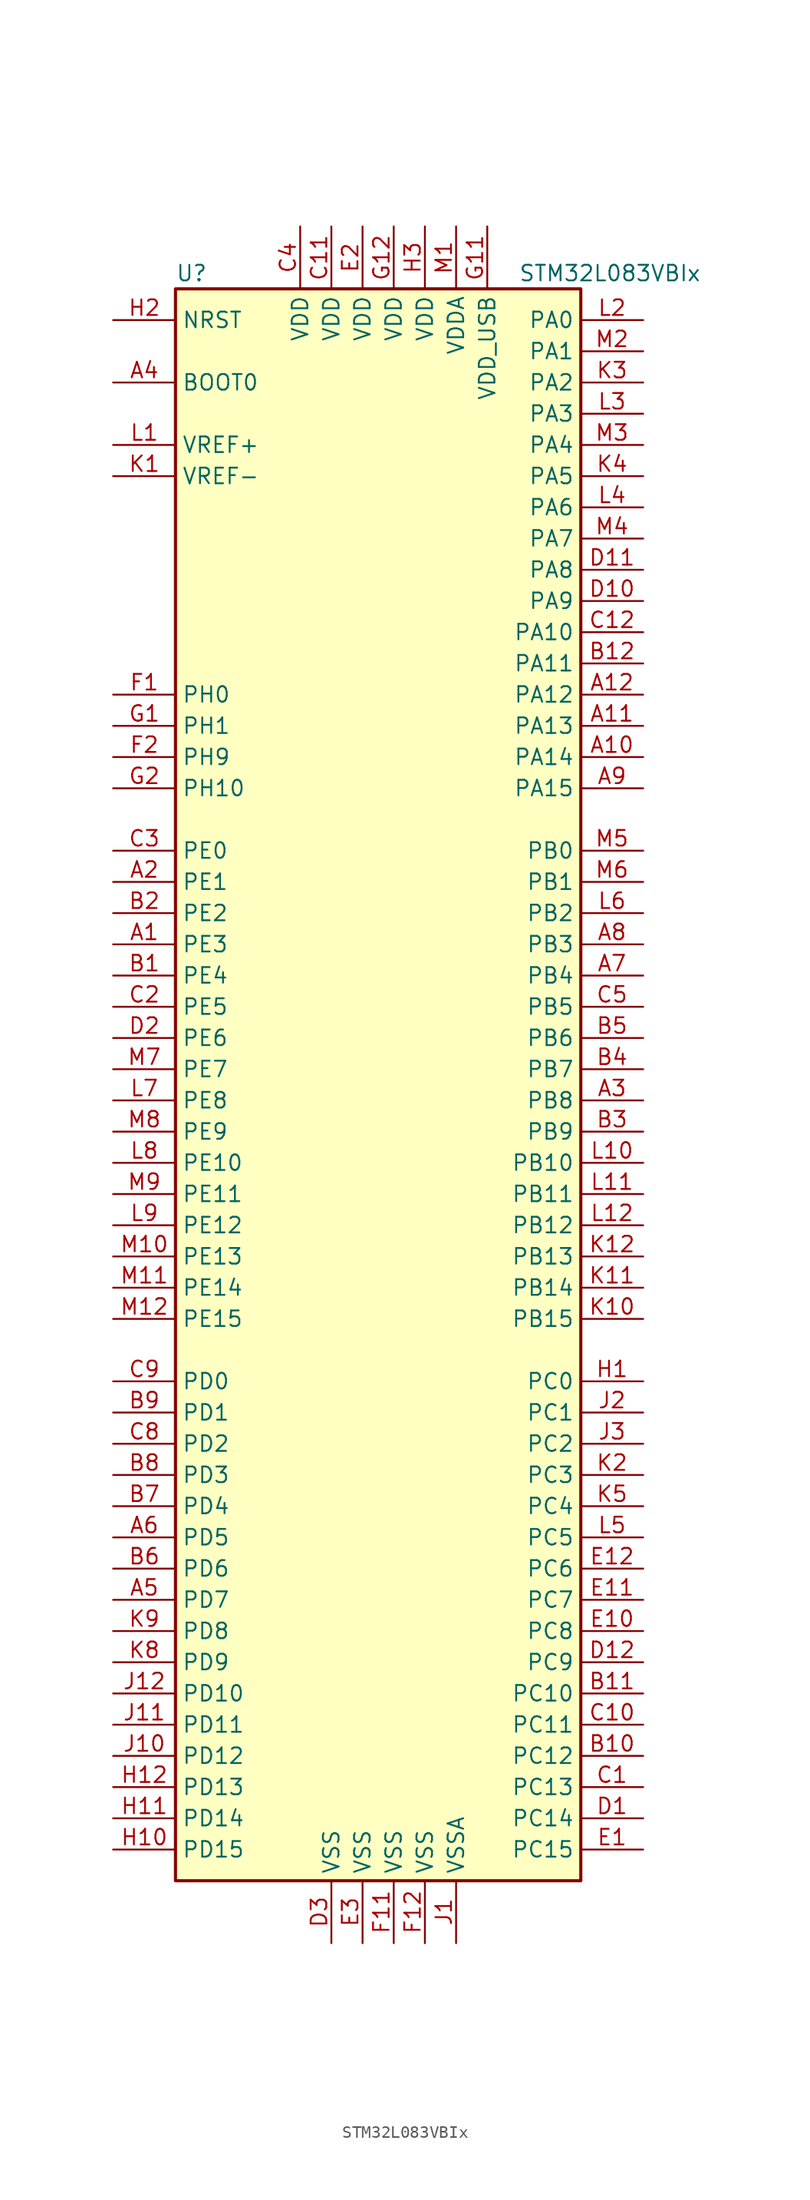
<source format=kicad_sym>
(kicad_symbol_lib
  (version 20211014)
  (generator kicad_symbol_editor)
  (symbol "STM32L083VBIx"
    (property "Reference" "U"
      (at -17.78 64.77 0)
      (effects (font (size 1.27 1.27)) (justify left)))
    (property "Value" "STM32L083VBIx"
      (at 10.16 64.77 0)
      (effects (font (size 1.27 1.27)) (justify left)))
    (symbol "STM32L083VBIx_0_1"
      (rectangle (start -17.78 -66.04) (end 15.24 63.5) (stroke (width 0.254) (type default) (color 0 0 0 0)) (fill (type background))))
    (symbol "STM32L083VBIx_1_1"
      (pin bidirectional line (at -22.86 10.16 0) (length 5.08) (name "PE3" (effects (font (size 1.27 1.27)))) (number "A1" (effects (font (size 1.27 1.27)))))
      (pin bidirectional line (at 20.32 25.4 180) (length 5.08) (name "PA14" (effects (font (size 1.27 1.27)))) (number "A10" (effects (font (size 1.27 1.27)))))
      (pin bidirectional line (at 20.32 27.94 180) (length 5.08) (name "PA13" (effects (font (size 1.27 1.27)))) (number "A11" (effects (font (size 1.27 1.27)))))
      (pin bidirectional line (at 20.32 30.48 180) (length 5.08) (name "PA12" (effects (font (size 1.27 1.27)))) (number "A12" (effects (font (size 1.27 1.27)))))
      (pin bidirectional line (at -22.86 15.24 0) (length 5.08) (name "PE1" (effects (font (size 1.27 1.27)))) (number "A2" (effects (font (size 1.27 1.27)))))
      (pin bidirectional line (at 20.32 -2.54 180) (length 5.08) (name "PB8" (effects (font (size 1.27 1.27)))) (number "A3" (effects (font (size 1.27 1.27)))))
      (pin input line (at -22.86 55.88 0) (length 5.08) (name "BOOT0" (effects (font (size 1.27 1.27)))) (number "A4" (effects (font (size 1.27 1.27)))))
      (pin bidirectional line (at -22.86 -43.18 0) (length 5.08) (name "PD7" (effects (font (size 1.27 1.27)))) (number "A5" (effects (font (size 1.27 1.27)))))
      (pin bidirectional line (at -22.86 -38.1 0) (length 5.08) (name "PD5" (effects (font (size 1.27 1.27)))) (number "A6" (effects (font (size 1.27 1.27)))))
      (pin bidirectional line (at 20.32 7.62 180) (length 5.08) (name "PB4" (effects (font (size 1.27 1.27)))) (number "A7" (effects (font (size 1.27 1.27)))))
      (pin bidirectional line (at 20.32 10.16 180) (length 5.08) (name "PB3" (effects (font (size 1.27 1.27)))) (number "A8" (effects (font (size 1.27 1.27)))))
      (pin bidirectional line (at 20.32 22.86 180) (length 5.08) (name "PA15" (effects (font (size 1.27 1.27)))) (number "A9" (effects (font (size 1.27 1.27)))))
      (pin bidirectional line (at -22.86 7.62 0) (length 5.08) (name "PE4" (effects (font (size 1.27 1.27)))) (number "B1" (effects (font (size 1.27 1.27)))))
      (pin bidirectional line (at 20.32 -55.88 180) (length 5.08) (name "PC12" (effects (font (size 1.27 1.27)))) (number "B10" (effects (font (size 1.27 1.27)))))
      (pin bidirectional line (at 20.32 -50.8 180) (length 5.08) (name "PC10" (effects (font (size 1.27 1.27)))) (number "B11" (effects (font (size 1.27 1.27)))))
      (pin bidirectional line (at 20.32 33.02 180) (length 5.08) (name "PA11" (effects (font (size 1.27 1.27)))) (number "B12" (effects (font (size 1.27 1.27)))))
      (pin bidirectional line (at -22.86 12.7 0) (length 5.08) (name "PE2" (effects (font (size 1.27 1.27)))) (number "B2" (effects (font (size 1.27 1.27)))))
      (pin bidirectional line (at 20.32 -5.08 180) (length 5.08) (name "PB9" (effects (font (size 1.27 1.27)))) (number "B3" (effects (font (size 1.27 1.27)))))
      (pin bidirectional line (at 20.32 0 180) (length 5.08) (name "PB7" (effects (font (size 1.27 1.27)))) (number "B4" (effects (font (size 1.27 1.27)))))
      (pin bidirectional line (at 20.32 2.54 180) (length 5.08) (name "PB6" (effects (font (size 1.27 1.27)))) (number "B5" (effects (font (size 1.27 1.27)))))
      (pin bidirectional line (at -22.86 -40.64 0) (length 5.08) (name "PD6" (effects (font (size 1.27 1.27)))) (number "B6" (effects (font (size 1.27 1.27)))))
      (pin bidirectional line (at -22.86 -35.56 0) (length 5.08) (name "PD4" (effects (font (size 1.27 1.27)))) (number "B7" (effects (font (size 1.27 1.27)))))
      (pin bidirectional line (at -22.86 -33.02 0) (length 5.08) (name "PD3" (effects (font (size 1.27 1.27)))) (number "B8" (effects (font (size 1.27 1.27)))))
      (pin bidirectional line (at -22.86 -27.94 0) (length 5.08) (name "PD1" (effects (font (size 1.27 1.27)))) (number "B9" (effects (font (size 1.27 1.27)))))
      (pin bidirectional line (at 20.32 -58.42 180) (length 5.08) (name "PC13" (effects (font (size 1.27 1.27)))) (number "C1" (effects (font (size 1.27 1.27)))))
      (pin bidirectional line (at 20.32 -53.34 180) (length 5.08) (name "PC11" (effects (font (size 1.27 1.27)))) (number "C10" (effects (font (size 1.27 1.27)))))
      (pin power_in line (at -5.08 68.58 270) (length 5.08) (name "VDD" (effects (font (size 1.27 1.27)))) (number "C11" (effects (font (size 1.27 1.27)))))
      (pin bidirectional line (at 20.32 35.56 180) (length 5.08) (name "PA10" (effects (font (size 1.27 1.27)))) (number "C12" (effects (font (size 1.27 1.27)))))
      (pin bidirectional line (at -22.86 5.08 0) (length 5.08) (name "PE5" (effects (font (size 1.27 1.27)))) (number "C2" (effects (font (size 1.27 1.27)))))
      (pin bidirectional line (at -22.86 17.78 0) (length 5.08) (name "PE0" (effects (font (size 1.27 1.27)))) (number "C3" (effects (font (size 1.27 1.27)))))
      (pin power_in line (at -7.62 68.58 270) (length 5.08) (name "VDD" (effects (font (size 1.27 1.27)))) (number "C4" (effects (font (size 1.27 1.27)))))
      (pin bidirectional line (at 20.32 5.08 180) (length 5.08) (name "PB5" (effects (font (size 1.27 1.27)))) (number "C5" (effects (font (size 1.27 1.27)))))
      (pin bidirectional line (at -22.86 -30.48 0) (length 5.08) (name "PD2" (effects (font (size 1.27 1.27)))) (number "C8" (effects (font (size 1.27 1.27)))))
      (pin bidirectional line (at -22.86 -25.4 0) (length 5.08) (name "PD0" (effects (font (size 1.27 1.27)))) (number "C9" (effects (font (size 1.27 1.27)))))
      (pin bidirectional line (at 20.32 -60.96 180) (length 5.08) (name "PC14" (effects (font (size 1.27 1.27)))) (number "D1" (effects (font (size 1.27 1.27)))))
      (pin bidirectional line (at 20.32 38.1 180) (length 5.08) (name "PA9" (effects (font (size 1.27 1.27)))) (number "D10" (effects (font (size 1.27 1.27)))))
      (pin bidirectional line (at 20.32 40.64 180) (length 5.08) (name "PA8" (effects (font (size 1.27 1.27)))) (number "D11" (effects (font (size 1.27 1.27)))))
      (pin bidirectional line (at 20.32 -48.26 180) (length 5.08) (name "PC9" (effects (font (size 1.27 1.27)))) (number "D12" (effects (font (size 1.27 1.27)))))
      (pin bidirectional line (at -22.86 2.54 0) (length 5.08) (name "PE6" (effects (font (size 1.27 1.27)))) (number "D2" (effects (font (size 1.27 1.27)))))
      (pin power_in line (at -5.08 -71.12 90) (length 5.08) (name "VSS" (effects (font (size 1.27 1.27)))) (number "D3" (effects (font (size 1.27 1.27)))))
      (pin bidirectional line (at 20.32 -63.5 180) (length 5.08) (name "PC15" (effects (font (size 1.27 1.27)))) (number "E1" (effects (font (size 1.27 1.27)))))
      (pin bidirectional line (at 20.32 -45.72 180) (length 5.08) (name "PC8" (effects (font (size 1.27 1.27)))) (number "E10" (effects (font (size 1.27 1.27)))))
      (pin bidirectional line (at 20.32 -43.18 180) (length 5.08) (name "PC7" (effects (font (size 1.27 1.27)))) (number "E11" (effects (font (size 1.27 1.27)))))
      (pin bidirectional line (at 20.32 -40.64 180) (length 5.08) (name "PC6" (effects (font (size 1.27 1.27)))) (number "E12" (effects (font (size 1.27 1.27)))))
      (pin power_in line (at -2.54 68.58 270) (length 5.08) (name "VDD" (effects (font (size 1.27 1.27)))) (number "E2" (effects (font (size 1.27 1.27)))))
      (pin power_in line (at -2.54 -71.12 90) (length 5.08) (name "VSS" (effects (font (size 1.27 1.27)))) (number "E3" (effects (font (size 1.27 1.27)))))
      (pin input line (at -22.86 30.48 0) (length 5.08) (name "PH0" (effects (font (size 1.27 1.27)))) (number "F1" (effects (font (size 1.27 1.27)))))
      (pin power_in line (at 0 -71.12 90) (length 5.08) (name "VSS" (effects (font (size 1.27 1.27)))) (number "F11" (effects (font (size 1.27 1.27)))))
      (pin power_in line (at 2.54 -71.12 90) (length 5.08) (name "VSS" (effects (font (size 1.27 1.27)))) (number "F12" (effects (font (size 1.27 1.27)))))
      (pin bidirectional line (at -22.86 25.4 0) (length 5.08) (name "PH9" (effects (font (size 1.27 1.27)))) (number "F2" (effects (font (size 1.27 1.27)))))
      (pin input line (at -22.86 27.94 0) (length 5.08) (name "PH1" (effects (font (size 1.27 1.27)))) (number "G1" (effects (font (size 1.27 1.27)))))
      (pin power_in line (at 7.62 68.58 270) (length 5.08) (name "VDD_USB" (effects (font (size 1.27 1.27)))) (number "G11" (effects (font (size 1.27 1.27)))))
      (pin power_in line (at 0 68.58 270) (length 5.08) (name "VDD" (effects (font (size 1.27 1.27)))) (number "G12" (effects (font (size 1.27 1.27)))))
      (pin bidirectional line (at -22.86 22.86 0) (length 5.08) (name "PH10" (effects (font (size 1.27 1.27)))) (number "G2" (effects (font (size 1.27 1.27)))))
      (pin bidirectional line (at 20.32 -25.4 180) (length 5.08) (name "PC0" (effects (font (size 1.27 1.27)))) (number "H1" (effects (font (size 1.27 1.27)))))
      (pin bidirectional line (at -22.86 -63.5 0) (length 5.08) (name "PD15" (effects (font (size 1.27 1.27)))) (number "H10" (effects (font (size 1.27 1.27)))))
      (pin bidirectional line (at -22.86 -60.96 0) (length 5.08) (name "PD14" (effects (font (size 1.27 1.27)))) (number "H11" (effects (font (size 1.27 1.27)))))
      (pin bidirectional line (at -22.86 -58.42 0) (length 5.08) (name "PD13" (effects (font (size 1.27 1.27)))) (number "H12" (effects (font (size 1.27 1.27)))))
      (pin input line (at -22.86 60.96 0) (length 5.08) (name "NRST" (effects (font (size 1.27 1.27)))) (number "H2" (effects (font (size 1.27 1.27)))))
      (pin power_in line (at 2.54 68.58 270) (length 5.08) (name "VDD" (effects (font (size 1.27 1.27)))) (number "H3" (effects (font (size 1.27 1.27)))))
      (pin power_in line (at 5.08 -71.12 90) (length 5.08) (name "VSSA" (effects (font (size 1.27 1.27)))) (number "J1" (effects (font (size 1.27 1.27)))))
      (pin bidirectional line (at -22.86 -55.88 0) (length 5.08) (name "PD12" (effects (font (size 1.27 1.27)))) (number "J10" (effects (font (size 1.27 1.27)))))
      (pin bidirectional line (at -22.86 -53.34 0) (length 5.08) (name "PD11" (effects (font (size 1.27 1.27)))) (number "J11" (effects (font (size 1.27 1.27)))))
      (pin bidirectional line (at -22.86 -50.8 0) (length 5.08) (name "PD10" (effects (font (size 1.27 1.27)))) (number "J12" (effects (font (size 1.27 1.27)))))
      (pin bidirectional line (at 20.32 -27.94 180) (length 5.08) (name "PC1" (effects (font (size 1.27 1.27)))) (number "J2" (effects (font (size 1.27 1.27)))))
      (pin bidirectional line (at 20.32 -30.48 180) (length 5.08) (name "PC2" (effects (font (size 1.27 1.27)))) (number "J3" (effects (font (size 1.27 1.27)))))
      (pin power_in line (at -22.86 48.26 0) (length 5.08) (name "VREF-" (effects (font (size 1.27 1.27)))) (number "K1" (effects (font (size 1.27 1.27)))))
      (pin bidirectional line (at 20.32 -20.32 180) (length 5.08) (name "PB15" (effects (font (size 1.27 1.27)))) (number "K10" (effects (font (size 1.27 1.27)))))
      (pin bidirectional line (at 20.32 -17.78 180) (length 5.08) (name "PB14" (effects (font (size 1.27 1.27)))) (number "K11" (effects (font (size 1.27 1.27)))))
      (pin bidirectional line (at 20.32 -15.24 180) (length 5.08) (name "PB13" (effects (font (size 1.27 1.27)))) (number "K12" (effects (font (size 1.27 1.27)))))
      (pin bidirectional line (at 20.32 -33.02 180) (length 5.08) (name "PC3" (effects (font (size 1.27 1.27)))) (number "K2" (effects (font (size 1.27 1.27)))))
      (pin bidirectional line (at 20.32 55.88 180) (length 5.08) (name "PA2" (effects (font (size 1.27 1.27)))) (number "K3" (effects (font (size 1.27 1.27)))))
      (pin bidirectional line (at 20.32 48.26 180) (length 5.08) (name "PA5" (effects (font (size 1.27 1.27)))) (number "K4" (effects (font (size 1.27 1.27)))))
      (pin bidirectional line (at 20.32 -35.56 180) (length 5.08) (name "PC4" (effects (font (size 1.27 1.27)))) (number "K5" (effects (font (size 1.27 1.27)))))
      (pin bidirectional line (at -22.86 -48.26 0) (length 5.08) (name "PD9" (effects (font (size 1.27 1.27)))) (number "K8" (effects (font (size 1.27 1.27)))))
      (pin bidirectional line (at -22.86 -45.72 0) (length 5.08) (name "PD8" (effects (font (size 1.27 1.27)))) (number "K9" (effects (font (size 1.27 1.27)))))
      (pin power_in line (at -22.86 50.8 0) (length 5.08) (name "VREF+" (effects (font (size 1.27 1.27)))) (number "L1" (effects (font (size 1.27 1.27)))))
      (pin bidirectional line (at 20.32 -7.62 180) (length 5.08) (name "PB10" (effects (font (size 1.27 1.27)))) (number "L10" (effects (font (size 1.27 1.27)))))
      (pin bidirectional line (at 20.32 -10.16 180) (length 5.08) (name "PB11" (effects (font (size 1.27 1.27)))) (number "L11" (effects (font (size 1.27 1.27)))))
      (pin bidirectional line (at 20.32 -12.7 180) (length 5.08) (name "PB12" (effects (font (size 1.27 1.27)))) (number "L12" (effects (font (size 1.27 1.27)))))
      (pin bidirectional line (at 20.32 60.96 180) (length 5.08) (name "PA0" (effects (font (size 1.27 1.27)))) (number "L2" (effects (font (size 1.27 1.27)))))
      (pin bidirectional line (at 20.32 53.34 180) (length 5.08) (name "PA3" (effects (font (size 1.27 1.27)))) (number "L3" (effects (font (size 1.27 1.27)))))
      (pin bidirectional line (at 20.32 45.72 180) (length 5.08) (name "PA6" (effects (font (size 1.27 1.27)))) (number "L4" (effects (font (size 1.27 1.27)))))
      (pin bidirectional line (at 20.32 -38.1 180) (length 5.08) (name "PC5" (effects (font (size 1.27 1.27)))) (number "L5" (effects (font (size 1.27 1.27)))))
      (pin bidirectional line (at 20.32 12.7 180) (length 5.08) (name "PB2" (effects (font (size 1.27 1.27)))) (number "L6" (effects (font (size 1.27 1.27)))))
      (pin bidirectional line (at -22.86 -2.54 0) (length 5.08) (name "PE8" (effects (font (size 1.27 1.27)))) (number "L7" (effects (font (size 1.27 1.27)))))
      (pin bidirectional line (at -22.86 -7.62 0) (length 5.08) (name "PE10" (effects (font (size 1.27 1.27)))) (number "L8" (effects (font (size 1.27 1.27)))))
      (pin bidirectional line (at -22.86 -12.7 0) (length 5.08) (name "PE12" (effects (font (size 1.27 1.27)))) (number "L9" (effects (font (size 1.27 1.27)))))
      (pin power_in line (at 5.08 68.58 270) (length 5.08) (name "VDDA" (effects (font (size 1.27 1.27)))) (number "M1" (effects (font (size 1.27 1.27)))))
      (pin bidirectional line (at -22.86 -15.24 0) (length 5.08) (name "PE13" (effects (font (size 1.27 1.27)))) (number "M10" (effects (font (size 1.27 1.27)))))
      (pin bidirectional line (at -22.86 -17.78 0) (length 5.08) (name "PE14" (effects (font (size 1.27 1.27)))) (number "M11" (effects (font (size 1.27 1.27)))))
      (pin bidirectional line (at -22.86 -20.32 0) (length 5.08) (name "PE15" (effects (font (size 1.27 1.27)))) (number "M12" (effects (font (size 1.27 1.27)))))
      (pin bidirectional line (at 20.32 58.42 180) (length 5.08) (name "PA1" (effects (font (size 1.27 1.27)))) (number "M2" (effects (font (size 1.27 1.27)))))
      (pin bidirectional line (at 20.32 50.8 180) (length 5.08) (name "PA4" (effects (font (size 1.27 1.27)))) (number "M3" (effects (font (size 1.27 1.27)))))
      (pin bidirectional line (at 20.32 43.18 180) (length 5.08) (name "PA7" (effects (font (size 1.27 1.27)))) (number "M4" (effects (font (size 1.27 1.27)))))
      (pin bidirectional line (at 20.32 17.78 180) (length 5.08) (name "PB0" (effects (font (size 1.27 1.27)))) (number "M5" (effects (font (size 1.27 1.27)))))
      (pin bidirectional line (at 20.32 15.24 180) (length 5.08) (name "PB1" (effects (font (size 1.27 1.27)))) (number "M6" (effects (font (size 1.27 1.27)))))
      (pin bidirectional line (at -22.86 0 0) (length 5.08) (name "PE7" (effects (font (size 1.27 1.27)))) (number "M7" (effects (font (size 1.27 1.27)))))
      (pin bidirectional line (at -22.86 -5.08 0) (length 5.08) (name "PE9" (effects (font (size 1.27 1.27)))) (number "M8" (effects (font (size 1.27 1.27)))))
      (pin bidirectional line (at -22.86 -10.16 0) (length 5.08) (name "PE11" (effects (font (size 1.27 1.27)))) (number "M9" (effects (font (size 1.27 1.27))))))))
</source>
